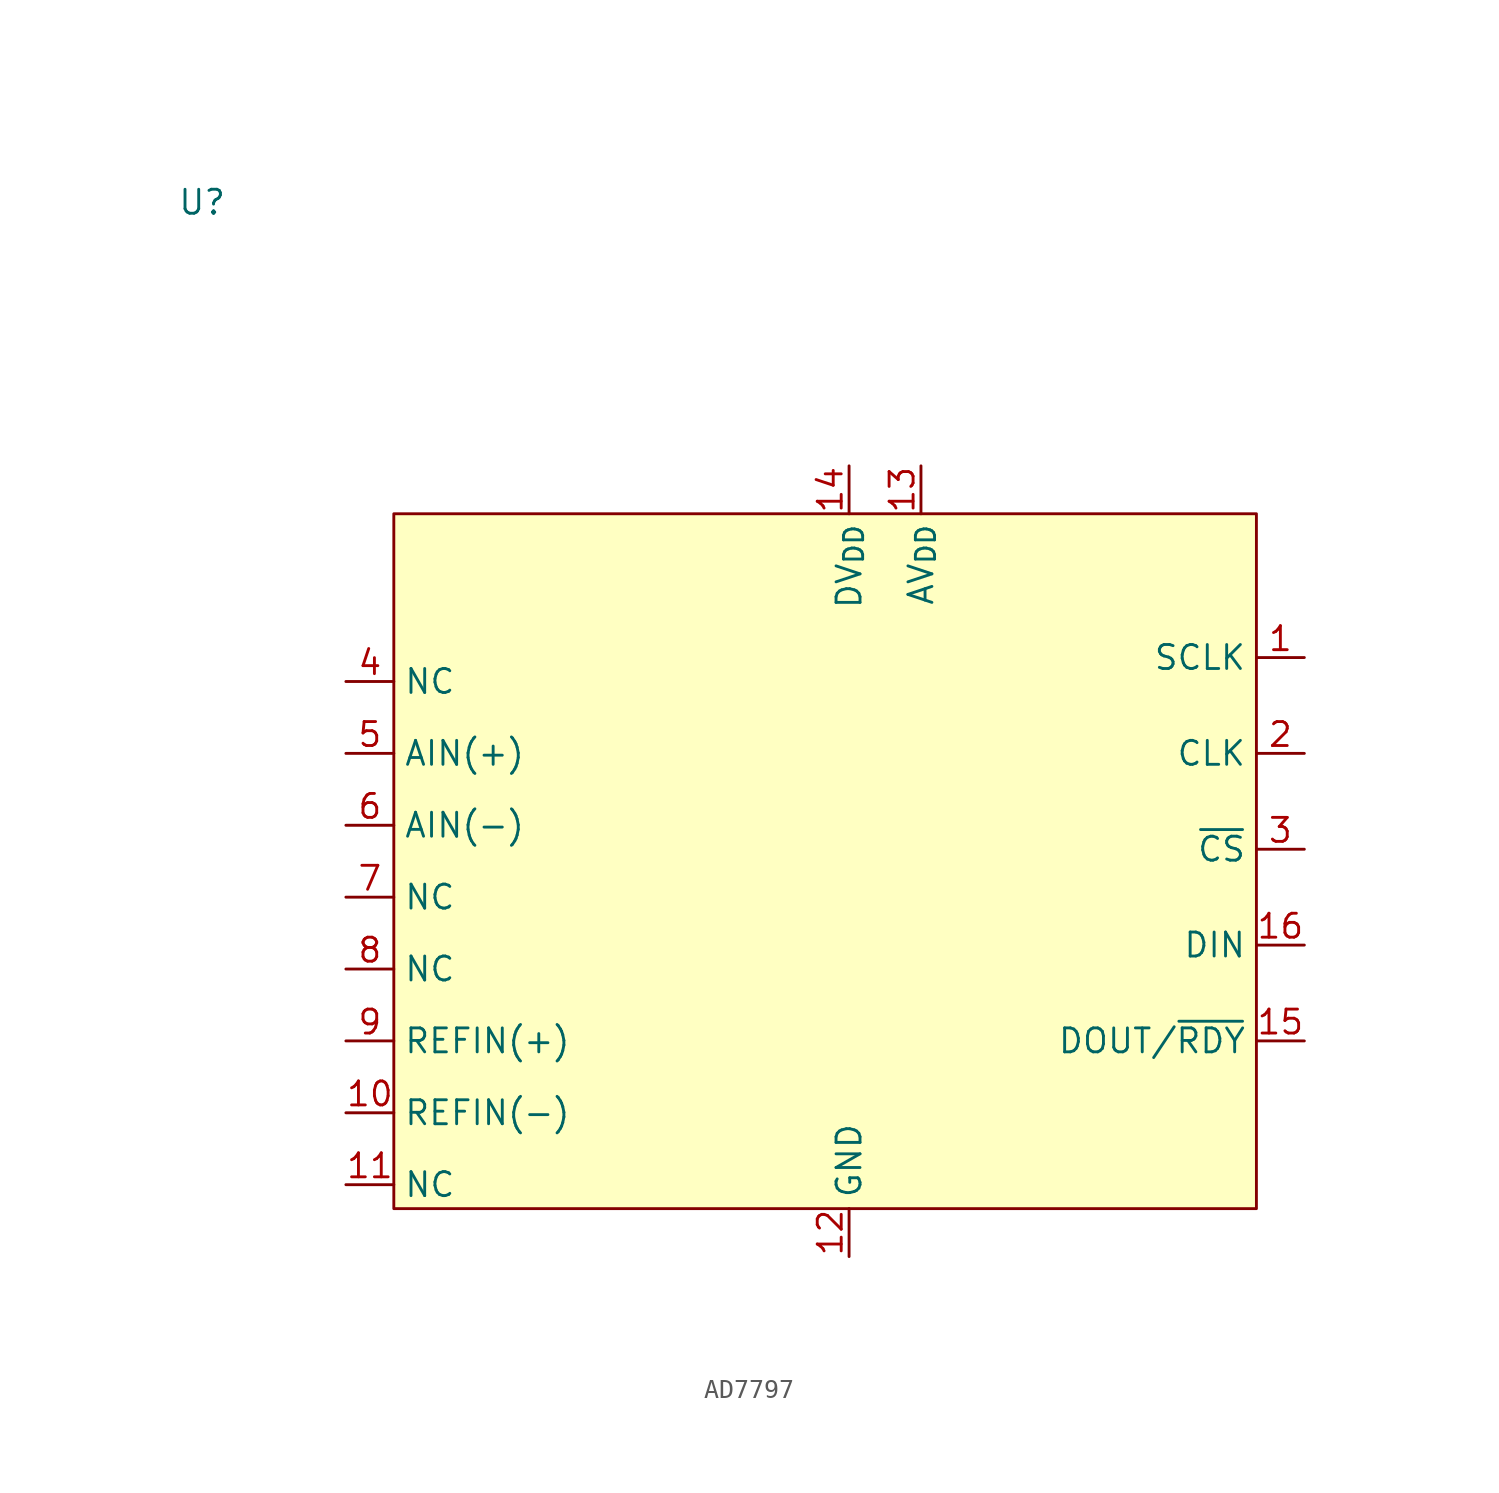
<source format=kicad_sym>
(kicad_symbol_lib
  (version 20220914)
  (generator kicad_symbol_editor)
  (symbol "AD7797"
    (property "Reference" "U"
      (at 0 0 0)
      (effects (font (size 1.27 1.27))))
    (property "Value" ""
      (at 7.62 -12.7 0)
      (effects (font (size 1.27 1.27))))
    (symbol "AD7797_1_1"
      (rectangle (start 10.16 -16.51) (end 55.88 -53.34) (stroke (width 0) (type default)) (fill (type background)))
      (pin input line (at 58.42 -24.13 180) (length 2.54) (name "SCLK" (effects (font (size 1.27 1.27)))) (number "1" (effects (font (size 1.27 1.27)))))
      (pin input line (at 7.62 -48.26 0) (length 2.54) (name "REFIN(-)" (effects (font (size 1.27 1.27)))) (number "10" (effects (font (size 1.27 1.27)))))
      (pin input line (at 7.62 -52.07 0) (length 2.54) (name "NC" (effects (font (size 1.27 1.27)))) (number "11" (effects (font (size 1.27 1.27)))))
      (pin power_in line (at 34.29 -55.88 90) (length 2.54) (name "GND" (effects (font (size 1.27 1.27)))) (number "12" (effects (font (size 1.27 1.27)))))
      (pin power_in line (at 38.1 -13.97 270) (length 2.54) (name "AV_{DD}" (effects (font (size 1.27 1.27)))) (number "13" (effects (font (size 1.27 1.27)))))
      (pin power_in line (at 34.29 -13.97 270) (length 2.54) (name "DV_{DD}" (effects (font (size 1.27 1.27)))) (number "14" (effects (font (size 1.27 1.27)))))
      (pin output line (at 58.42 -44.45 180) (length 2.54) (name "DOUT/~{RDY}" (effects (font (size 1.27 1.27)))) (number "15" (effects (font (size 1.27 1.27)))))
      (pin input line (at 58.42 -39.37 180) (length 2.54) (name "DIN" (effects (font (size 1.27 1.27)))) (number "16" (effects (font (size 1.27 1.27)))))
      (pin input line (at 58.42 -29.21 180) (length 2.54) (name "CLK" (effects (font (size 1.27 1.27)))) (number "2" (effects (font (size 1.27 1.27)))))
      (pin input line (at 58.42 -34.29 180) (length 2.54) (name "~{CS}" (effects (font (size 1.27 1.27)))) (number "3" (effects (font (size 1.27 1.27)))))
      (pin input line (at 7.62 -25.4 0) (length 2.54) (name "NC" (effects (font (size 1.27 1.27)))) (number "4" (effects (font (size 1.27 1.27)))))
      (pin input line (at 7.62 -29.21 0) (length 2.54) (name "AIN(+)" (effects (font (size 1.27 1.27)))) (number "5" (effects (font (size 1.27 1.27)))))
      (pin input line (at 7.62 -33.02 0) (length 2.54) (name "AIN(-)" (effects (font (size 1.27 1.27)))) (number "6" (effects (font (size 1.27 1.27)))))
      (pin input line (at 7.62 -36.83 0) (length 2.54) (name "NC" (effects (font (size 1.27 1.27)))) (number "7" (effects (font (size 1.27 1.27)))))
      (pin input line (at 7.62 -40.64 0) (length 2.54) (name "NC" (effects (font (size 1.27 1.27)))) (number "8" (effects (font (size 1.27 1.27)))))
      (pin input line (at 7.62 -44.45 0) (length 2.54) (name "REFIN(+)" (effects (font (size 1.27 1.27)))) (number "9" (effects (font (size 1.27 1.27))))))))
</source>
